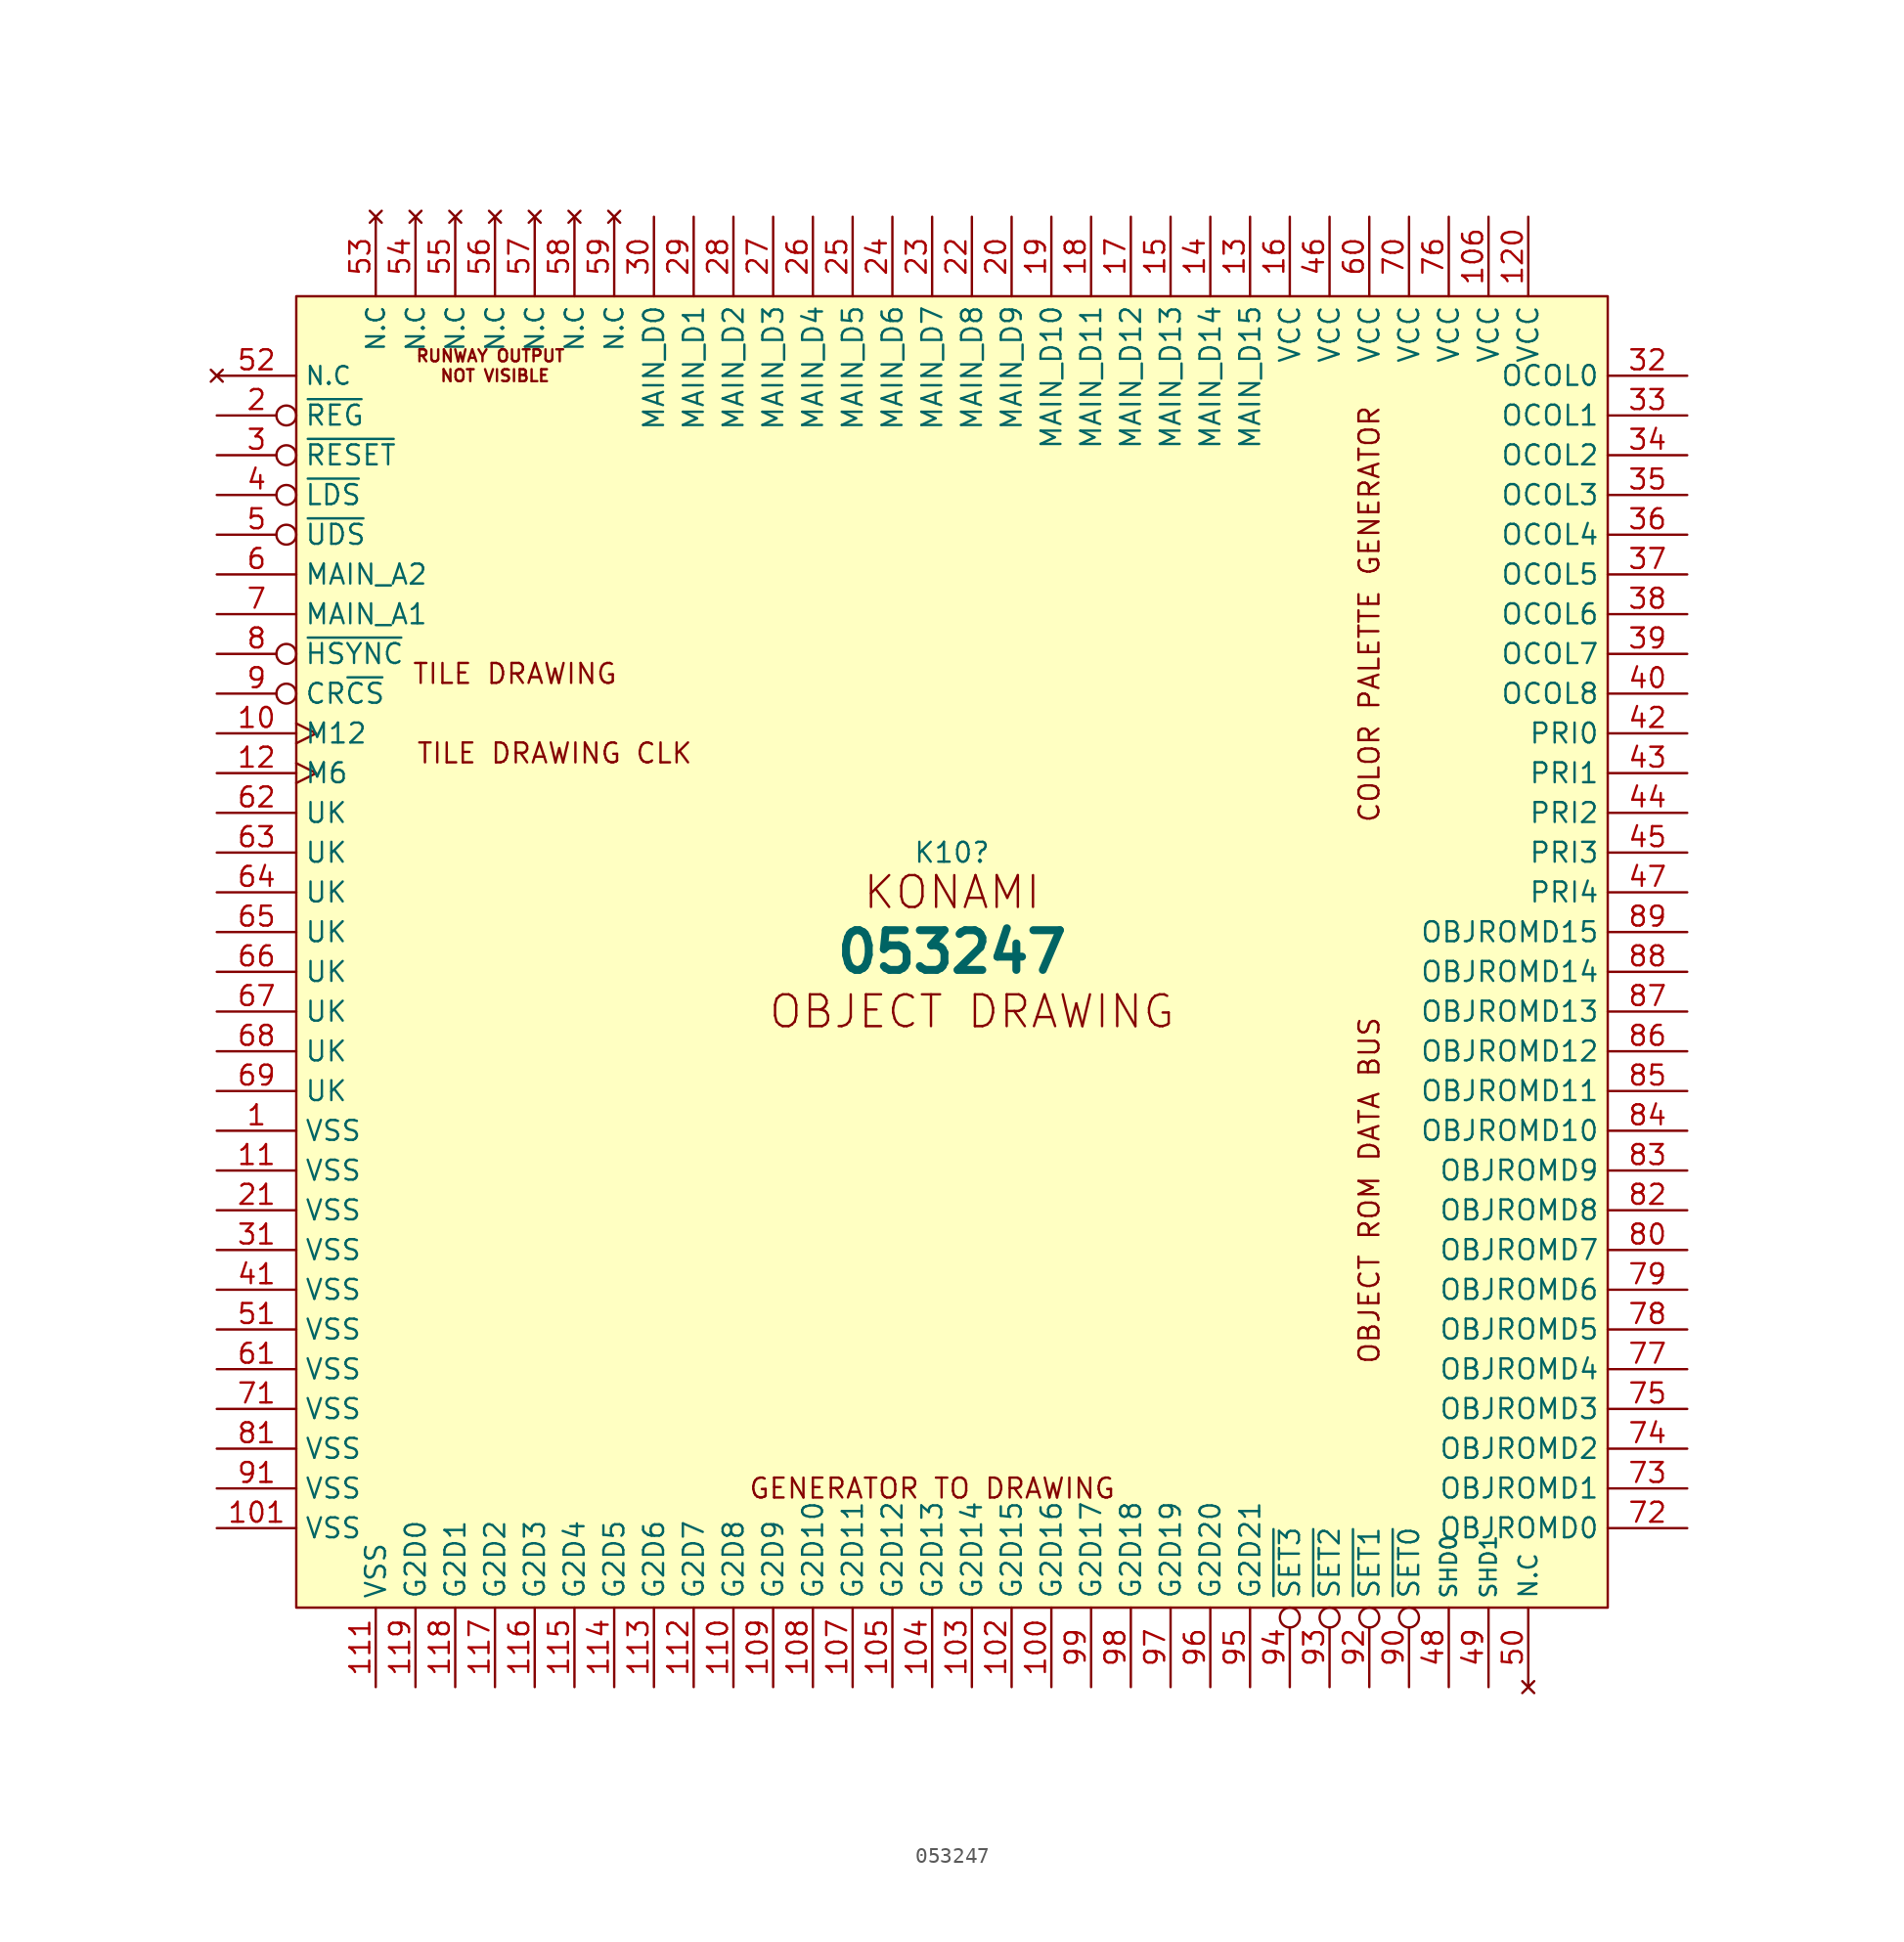
<source format=kicad_sym>
(kicad_symbol_lib
  (version 20231120)
  (generator "kicad_symbol_editor")
  (generator_version "8.0")
  (symbol "053247"
    (property "Reference" "K10"
      (at 0 6.35 0)
      (effects (font (size 1.27 1.27))))
    (property "Value" "053247"
      (at 0 0 0)
      (effects (font (size 2.54 2.54) (bold yes))))
    (symbol "053247_0_0"
      (rectangle (start -41.91 41.91) (end 41.91 -41.91) (stroke (width 0.152) (type default)) (fill (type background)))
      (text "COLOR PALETTE GENERATOR" (at 26.67 21.59 900) (effects (font (size 1.27 1.27))))
      (text "GENERATOR TO DRAWING" (at -1.27 -34.29 0) (effects (font (size 1.27 1.27))))
      (text "KONAMI" (at 0 3.81 0) (effects (font (size 2.032 2.032))))
      (text "NOT VISIBLE" (at -29.21 36.83 0) (effects (font (size 0.762 0.762))))
      (text "OBJECT DRAWING" (at 1.27 -3.81 0) (effects (font (size 2.032 2.032))))
      (text "OBJECT ROM DATA BUS" (at 26.67 -15.24 900) (effects (font (size 1.27 1.27))))
      (text "RUNWAY OUTPUT " (at -29.21 38.1 0) (effects (font (size 0.762 0.762))))
      (text "TILE DRAWING" (at -27.94 17.78 0) (effects (font (size 1.27 1.27))))
      (text "TILE DRAWING CLK" (at -25.4 12.7 0) (effects (font (size 1.27 1.27)))))
    (symbol "053247_1_1"
      (pin power_in line (at -46.99 -11.43 0) (length 5.08) (name "VSS" (effects (font (size 1.27 1.27)))) (number "1" (effects (font (size 1.27 1.27)))))
      (pin input clock (at -46.99 13.97 0) (length 5.08) (name "M12" (effects (font (size 1.27 1.27)))) (number "10" (effects (font (size 1.27 1.27)))))
      (pin output line (at 6.35 -46.99 90) (length 5.08) (name "G2D16" (effects (font (size 1.27 1.27)))) (number "100" (effects (font (size 1.27 1.27)))))
      (pin power_in line (at -46.99 -36.83 0) (length 5.08) (name "VSS" (effects (font (size 1.27 1.27)))) (number "101" (effects (font (size 1.27 1.27)))))
      (pin output line (at 3.81 -46.99 90) (length 5.08) (name "G2D15" (effects (font (size 1.27 1.27)))) (number "102" (effects (font (size 1.27 1.27)))))
      (pin output line (at 1.27 -46.99 90) (length 5.08) (name "G2D14" (effects (font (size 1.27 1.27)))) (number "103" (effects (font (size 1.27 1.27)))))
      (pin output line (at -1.27 -46.99 90) (length 5.08) (name "G2D13" (effects (font (size 1.27 1.27)))) (number "104" (effects (font (size 1.27 1.27)))))
      (pin output line (at -3.81 -46.99 90) (length 5.08) (name "G2D12" (effects (font (size 1.27 1.27)))) (number "105" (effects (font (size 1.27 1.27)))))
      (pin power_in line (at 34.29 46.99 270) (length 5.08) (name "VCC" (effects (font (size 1.27 1.27)))) (number "106" (effects (font (size 1.27 1.27)))))
      (pin output line (at -6.35 -46.99 90) (length 5.08) (name "G2D11" (effects (font (size 1.27 1.27)))) (number "107" (effects (font (size 1.27 1.27)))))
      (pin output line (at -8.89 -46.99 90) (length 5.08) (name "G2D10" (effects (font (size 1.27 1.27)))) (number "108" (effects (font (size 1.27 1.27)))))
      (pin output line (at -11.43 -46.99 90) (length 5.08) (name "G2D9" (effects (font (size 1.27 1.27)))) (number "109" (effects (font (size 1.27 1.27)))))
      (pin power_in line (at -46.99 -13.97 0) (length 5.08) (name "VSS" (effects (font (size 1.27 1.27)))) (number "11" (effects (font (size 1.27 1.27)))))
      (pin output line (at -13.97 -46.99 90) (length 5.08) (name "G2D8" (effects (font (size 1.27 1.27)))) (number "110" (effects (font (size 1.27 1.27)))))
      (pin power_in line (at -36.83 -46.99 90) (length 5.08) (name "VSS" (effects (font (size 1.27 1.27)))) (number "111" (effects (font (size 1.27 1.27)))))
      (pin output line (at -16.51 -46.99 90) (length 5.08) (name "G2D7" (effects (font (size 1.27 1.27)))) (number "112" (effects (font (size 1.27 1.27)))))
      (pin output line (at -19.05 -46.99 90) (length 5.08) (name "G2D6" (effects (font (size 1.27 1.27)))) (number "113" (effects (font (size 1.27 1.27)))))
      (pin output line (at -21.59 -46.99 90) (length 5.08) (name "G2D5" (effects (font (size 1.27 1.27)))) (number "114" (effects (font (size 1.27 1.27)))))
      (pin output line (at -24.13 -46.99 90) (length 5.08) (name "G2D4" (effects (font (size 1.27 1.27)))) (number "115" (effects (font (size 1.27 1.27)))))
      (pin output line (at -26.67 -46.99 90) (length 5.08) (name "G2D3" (effects (font (size 1.27 1.27)))) (number "116" (effects (font (size 1.27 1.27)))))
      (pin output line (at -29.21 -46.99 90) (length 5.08) (name "G2D2" (effects (font (size 1.27 1.27)))) (number "117" (effects (font (size 1.27 1.27)))))
      (pin output line (at -31.75 -46.99 90) (length 5.08) (name "G2D1" (effects (font (size 1.27 1.27)))) (number "118" (effects (font (size 1.27 1.27)))))
      (pin output line (at -34.29 -46.99 90) (length 5.08) (name "G2D0" (effects (font (size 1.27 1.27)))) (number "119" (effects (font (size 1.27 1.27)))))
      (pin input clock (at -46.99 11.43 0) (length 5.08) (name "M6" (effects (font (size 1.27 1.27)))) (number "12" (effects (font (size 1.27 1.27)))))
      (pin power_in line (at 36.83 46.99 270) (length 5.08) (name "VCC" (effects (font (size 1.27 1.27)))) (number "120" (effects (font (size 1.27 1.27)))))
      (pin bidirectional line (at 19.05 46.99 270) (length 5.08) (name "MAIN_D15" (effects (font (size 1.27 1.27)))) (number "13" (effects (font (size 1.27 1.27)))))
      (pin bidirectional line (at 16.51 46.99 270) (length 5.08) (name "MAIN_D14" (effects (font (size 1.27 1.27)))) (number "14" (effects (font (size 1.27 1.27)))))
      (pin bidirectional line (at 13.97 46.99 270) (length 5.08) (name "MAIN_D13" (effects (font (size 1.27 1.27)))) (number "15" (effects (font (size 1.27 1.27)))))
      (pin power_in line (at 21.59 46.99 270) (length 5.08) (name "VCC" (effects (font (size 1.27 1.27)))) (number "16" (effects (font (size 1.27 1.27)))))
      (pin bidirectional line (at 11.43 46.99 270) (length 5.08) (name "MAIN_D12" (effects (font (size 1.27 1.27)))) (number "17" (effects (font (size 1.27 1.27)))))
      (pin bidirectional line (at 8.89 46.99 270) (length 5.08) (name "MAIN_D11" (effects (font (size 1.27 1.27)))) (number "18" (effects (font (size 1.27 1.27)))))
      (pin bidirectional line (at 6.35 46.99 270) (length 5.08) (name "MAIN_D10" (effects (font (size 1.27 1.27)))) (number "19" (effects (font (size 1.27 1.27)))))
      (pin input inverted (at -46.99 34.29 0) (length 5.08) (name "~{REG}" (effects (font (size 1.27 1.27)))) (number "2" (effects (font (size 1.27 1.27)))))
      (pin bidirectional line (at 3.81 46.99 270) (length 5.08) (name "MAIN_D9" (effects (font (size 1.27 1.27)))) (number "20" (effects (font (size 1.27 1.27)))))
      (pin power_in line (at -46.99 -16.51 0) (length 5.08) (name "VSS" (effects (font (size 1.27 1.27)))) (number "21" (effects (font (size 1.27 1.27)))))
      (pin bidirectional line (at 1.27 46.99 270) (length 5.08) (name "MAIN_D8" (effects (font (size 1.27 1.27)))) (number "22" (effects (font (size 1.27 1.27)))))
      (pin bidirectional line (at -1.27 46.99 270) (length 5.08) (name "MAIN_D7" (effects (font (size 1.27 1.27)))) (number "23" (effects (font (size 1.27 1.27)))))
      (pin bidirectional line (at -3.81 46.99 270) (length 5.08) (name "MAIN_D6" (effects (font (size 1.27 1.27)))) (number "24" (effects (font (size 1.27 1.27)))))
      (pin bidirectional line (at -6.35 46.99 270) (length 5.08) (name "MAIN_D5" (effects (font (size 1.27 1.27)))) (number "25" (effects (font (size 1.27 1.27)))))
      (pin bidirectional line (at -8.89 46.99 270) (length 5.08) (name "MAIN_D4" (effects (font (size 1.27 1.27)))) (number "26" (effects (font (size 1.27 1.27)))))
      (pin bidirectional line (at -11.43 46.99 270) (length 5.08) (name "MAIN_D3" (effects (font (size 1.27 1.27)))) (number "27" (effects (font (size 1.27 1.27)))))
      (pin bidirectional line (at -13.97 46.99 270) (length 5.08) (name "MAIN_D2" (effects (font (size 1.27 1.27)))) (number "28" (effects (font (size 1.27 1.27)))))
      (pin bidirectional line (at -16.51 46.99 270) (length 5.08) (name "MAIN_D1" (effects (font (size 1.27 1.27)))) (number "29" (effects (font (size 1.27 1.27)))))
      (pin input inverted (at -46.99 31.75 0) (length 5.08) (name "~{RESET}" (effects (font (size 1.27 1.27)))) (number "3" (effects (font (size 1.27 1.27)))))
      (pin bidirectional line (at -19.05 46.99 270) (length 5.08) (name "MAIN_D0" (effects (font (size 1.27 1.27)))) (number "30" (effects (font (size 1.27 1.27)))))
      (pin power_in line (at -46.99 -19.05 0) (length 5.08) (name "VSS" (effects (font (size 1.27 1.27)))) (number "31" (effects (font (size 1.27 1.27)))))
      (pin output line (at 46.99 36.83 180) (length 5.08) (name "OCOL0" (effects (font (size 1.27 1.27)))) (number "32" (effects (font (size 1.27 1.27)))))
      (pin output line (at 46.99 34.29 180) (length 5.08) (name "OCOL1" (effects (font (size 1.27 1.27)))) (number "33" (effects (font (size 1.27 1.27)))))
      (pin output line (at 46.99 31.75 180) (length 5.08) (name "OCOL2" (effects (font (size 1.27 1.27)))) (number "34" (effects (font (size 1.27 1.27)))))
      (pin output line (at 46.99 29.21 180) (length 5.08) (name "OCOL3" (effects (font (size 1.27 1.27)))) (number "35" (effects (font (size 1.27 1.27)))))
      (pin output line (at 46.99 26.67 180) (length 5.08) (name "OCOL4" (effects (font (size 1.27 1.27)))) (number "36" (effects (font (size 1.27 1.27)))))
      (pin output line (at 46.99 24.13 180) (length 5.08) (name "OCOL5" (effects (font (size 1.27 1.27)))) (number "37" (effects (font (size 1.27 1.27)))))
      (pin output line (at 46.99 21.59 180) (length 5.08) (name "OCOL6" (effects (font (size 1.27 1.27)))) (number "38" (effects (font (size 1.27 1.27)))))
      (pin output line (at 46.99 19.05 180) (length 5.08) (name "OCOL7" (effects (font (size 1.27 1.27)))) (number "39" (effects (font (size 1.27 1.27)))))
      (pin input inverted (at -46.99 29.21 0) (length 5.08) (name "~{LDS}" (effects (font (size 1.27 1.27)))) (number "4" (effects (font (size 1.27 1.27)))))
      (pin output line (at 46.99 16.51 180) (length 5.08) (name "OCOL8" (effects (font (size 1.27 1.27)))) (number "40" (effects (font (size 1.27 1.27)))))
      (pin power_in line (at -46.99 -21.59 0) (length 5.08) (name "VSS" (effects (font (size 1.27 1.27)))) (number "41" (effects (font (size 1.27 1.27)))))
      (pin output line (at 46.99 13.97 180) (length 5.08) (name "PRI0" (effects (font (size 1.27 1.27)))) (number "42" (effects (font (size 1.27 1.27)))))
      (pin output line (at 46.99 11.43 180) (length 5.08) (name "PRI1" (effects (font (size 1.27 1.27)))) (number "43" (effects (font (size 1.27 1.27)))))
      (pin output line (at 46.99 8.89 180) (length 5.08) (name "PRI2" (effects (font (size 1.27 1.27)))) (number "44" (effects (font (size 1.27 1.27)))))
      (pin output line (at 46.99 6.35 180) (length 5.08) (name "PRI3" (effects (font (size 1.27 1.27)))) (number "45" (effects (font (size 1.27 1.27)))))
      (pin power_in line (at 24.13 46.99 270) (length 5.08) (name "VCC" (effects (font (size 1.27 1.27)))) (number "46" (effects (font (size 1.27 1.27)))))
      (pin output line (at 46.99 3.81 180) (length 5.08) (name "PRI4" (effects (font (size 1.27 1.27)))) (number "47" (effects (font (size 1.27 1.27)))))
      (pin output line (at 31.75 -46.99 90) (length 5.08) (name "SHD0" (effects (font (size 1.016 1.016)))) (number "48" (effects (font (size 1.27 1.27)))))
      (pin output line (at 34.29 -46.99 90) (length 5.08) (name "SHD1" (effects (font (size 1.016 1.016)))) (number "49" (effects (font (size 1.27 1.27)))))
      (pin input inverted (at -46.99 26.67 0) (length 5.08) (name "~{UDS}" (effects (font (size 1.27 1.27)))) (number "5" (effects (font (size 1.27 1.27)))))
      (pin no_connect line (at 36.83 -46.99 90) (length 5.08) (name "N.C" (effects (font (size 1.143 1.143)))) (number "50" (effects (font (size 1.27 1.27)))))
      (pin power_in line (at -46.99 -24.13 0) (length 5.08) (name "VSS" (effects (font (size 1.27 1.27)))) (number "51" (effects (font (size 1.27 1.27)))))
      (pin no_connect line (at -46.99 36.83 0) (length 5.08) (name "N.C" (effects (font (size 1.143 1.143)))) (number "52" (effects (font (size 1.27 1.27)))))
      (pin no_connect line (at -36.83 46.99 270) (length 5.08) (name "N.C" (effects (font (size 1.143 1.143)))) (number "53" (effects (font (size 1.27 1.27)))))
      (pin no_connect line (at -34.29 46.99 270) (length 5.08) (name "N.C" (effects (font (size 1.143 1.143)))) (number "54" (effects (font (size 1.27 1.27)))))
      (pin no_connect line (at -31.75 46.99 270) (length 5.08) (name "N.C" (effects (font (size 1.143 1.143)))) (number "55" (effects (font (size 1.27 1.27)))))
      (pin no_connect line (at -29.21 46.99 270) (length 5.08) (name "N.C" (effects (font (size 1.143 1.143)))) (number "56" (effects (font (size 1.27 1.27)))))
      (pin no_connect line (at -26.67 46.99 270) (length 5.08) (name "N.C" (effects (font (size 1.143 1.143)))) (number "57" (effects (font (size 1.27 1.27)))))
      (pin no_connect line (at -24.13 46.99 270) (length 5.08) (name "N.C" (effects (font (size 1.143 1.143)))) (number "58" (effects (font (size 1.27 1.27)))))
      (pin no_connect line (at -21.59 46.99 270) (length 5.08) (name "N.C" (effects (font (size 1.143 1.143)))) (number "59" (effects (font (size 1.27 1.27)))))
      (pin input line (at -46.99 24.13 0) (length 5.08) (name "MAIN_A2" (effects (font (size 1.27 1.27)))) (number "6" (effects (font (size 1.27 1.27)))))
      (pin power_in line (at 26.67 46.99 270) (length 5.08) (name "VCC" (effects (font (size 1.27 1.27)))) (number "60" (effects (font (size 1.27 1.27)))))
      (pin power_in line (at -46.99 -26.67 0) (length 5.08) (name "VSS" (effects (font (size 1.27 1.27)))) (number "61" (effects (font (size 1.27 1.27)))))
      (pin input line (at -46.99 8.89 0) (length 5.08) (name "UK" (effects (font (size 1.27 1.27)))) (number "62" (effects (font (size 1.27 1.27)))))
      (pin input line (at -46.99 6.35 0) (length 5.08) (name "UK" (effects (font (size 1.27 1.27)))) (number "63" (effects (font (size 1.27 1.27)))))
      (pin input line (at -46.99 3.81 0) (length 5.08) (name "UK" (effects (font (size 1.27 1.27)))) (number "64" (effects (font (size 1.27 1.27)))))
      (pin input line (at -46.99 1.27 0) (length 5.08) (name "UK" (effects (font (size 1.27 1.27)))) (number "65" (effects (font (size 1.27 1.27)))))
      (pin input line (at -46.99 -1.27 0) (length 5.08) (name "UK" (effects (font (size 1.27 1.27)))) (number "66" (effects (font (size 1.27 1.27)))))
      (pin input line (at -46.99 -3.81 0) (length 5.08) (name "UK" (effects (font (size 1.27 1.27)))) (number "67" (effects (font (size 1.27 1.27)))))
      (pin input line (at -46.99 -6.35 0) (length 5.08) (name "UK" (effects (font (size 1.27 1.27)))) (number "68" (effects (font (size 1.27 1.27)))))
      (pin input line (at -46.99 -8.89 0) (length 5.08) (name "UK" (effects (font (size 1.27 1.27)))) (number "69" (effects (font (size 1.27 1.27)))))
      (pin input line (at -46.99 21.59 0) (length 5.08) (name "MAIN_A1" (effects (font (size 1.27 1.27)))) (number "7" (effects (font (size 1.27 1.27)))))
      (pin input line (at 29.21 46.99 270) (length 5.08) (name "VCC" (effects (font (size 1.27 1.27)))) (number "70" (effects (font (size 1.27 1.27)))))
      (pin power_in line (at -46.99 -29.21 0) (length 5.08) (name "VSS" (effects (font (size 1.27 1.27)))) (number "71" (effects (font (size 1.27 1.27)))))
      (pin bidirectional line (at 46.99 -36.83 180) (length 5.08) (name "OBJROMD0" (effects (font (size 1.27 1.27)))) (number "72" (effects (font (size 1.27 1.27)))))
      (pin bidirectional line (at 46.99 -34.29 180) (length 5.08) (name "OBJROMD1" (effects (font (size 1.27 1.27)))) (number "73" (effects (font (size 1.27 1.27)))))
      (pin bidirectional line (at 46.99 -31.75 180) (length 5.08) (name "OBJROMD2" (effects (font (size 1.27 1.27)))) (number "74" (effects (font (size 1.27 1.27)))))
      (pin bidirectional line (at 46.99 -29.21 180) (length 5.08) (name "OBJROMD3" (effects (font (size 1.27 1.27)))) (number "75" (effects (font (size 1.27 1.27)))))
      (pin power_in line (at 31.75 46.99 270) (length 5.08) (name "VCC" (effects (font (size 1.27 1.27)))) (number "76" (effects (font (size 1.27 1.27)))))
      (pin bidirectional line (at 46.99 -26.67 180) (length 5.08) (name "OBJROMD4" (effects (font (size 1.27 1.27)))) (number "77" (effects (font (size 1.27 1.27)))))
      (pin bidirectional line (at 46.99 -24.13 180) (length 5.08) (name "OBJROMD5" (effects (font (size 1.27 1.27)))) (number "78" (effects (font (size 1.27 1.27)))))
      (pin bidirectional line (at 46.99 -21.59 180) (length 5.08) (name "OBJROMD6" (effects (font (size 1.27 1.27)))) (number "79" (effects (font (size 1.27 1.27)))))
      (pin input inverted (at -46.99 19.05 0) (length 5.08) (name "~{HSYNC}" (effects (font (size 1.27 1.27)))) (number "8" (effects (font (size 1.27 1.27)))))
      (pin bidirectional line (at 46.99 -19.05 180) (length 5.08) (name "OBJROMD7" (effects (font (size 1.27 1.27)))) (number "80" (effects (font (size 1.27 1.27)))))
      (pin power_in line (at -46.99 -31.75 0) (length 5.08) (name "VSS" (effects (font (size 1.27 1.27)))) (number "81" (effects (font (size 1.27 1.27)))))
      (pin bidirectional line (at 46.99 -16.51 180) (length 5.08) (name "OBJROMD8" (effects (font (size 1.27 1.27)))) (number "82" (effects (font (size 1.27 1.27)))))
      (pin bidirectional line (at 46.99 -13.97 180) (length 5.08) (name "OBJROMD9" (effects (font (size 1.27 1.27)))) (number "83" (effects (font (size 1.27 1.27)))))
      (pin bidirectional line (at 46.99 -11.43 180) (length 5.08) (name "OBJROMD10" (effects (font (size 1.27 1.27)))) (number "84" (effects (font (size 1.27 1.27)))))
      (pin bidirectional line (at 46.99 -8.89 180) (length 5.08) (name "OBJROMD11" (effects (font (size 1.27 1.27)))) (number "85" (effects (font (size 1.27 1.27)))))
      (pin bidirectional line (at 46.99 -6.35 180) (length 5.08) (name "OBJROMD12" (effects (font (size 1.27 1.27)))) (number "86" (effects (font (size 1.27 1.27)))))
      (pin bidirectional line (at 46.99 -3.81 180) (length 5.08) (name "OBJROMD13" (effects (font (size 1.27 1.27)))) (number "87" (effects (font (size 1.27 1.27)))))
      (pin bidirectional line (at 46.99 -1.27 180) (length 5.08) (name "OBJROMD14" (effects (font (size 1.27 1.27)))) (number "88" (effects (font (size 1.27 1.27)))))
      (pin bidirectional line (at 46.99 1.27 180) (length 5.08) (name "OBJROMD15" (effects (font (size 1.27 1.27)))) (number "89" (effects (font (size 1.27 1.27)))))
      (pin input inverted (at -46.99 16.51 0) (length 5.08) (name "CR~{CS}" (effects (font (size 1.27 1.27)))) (number "9" (effects (font (size 1.27 1.27)))))
      (pin input inverted (at 29.21 -46.99 90) (length 5.08) (name "~{SET0}" (effects (font (size 1.27 1.27)))) (number "90" (effects (font (size 1.27 1.27)))))
      (pin power_in line (at -46.99 -34.29 0) (length 5.08) (name "VSS" (effects (font (size 1.27 1.27)))) (number "91" (effects (font (size 1.27 1.27)))))
      (pin input inverted (at 26.67 -46.99 90) (length 5.08) (name "~{SET1}" (effects (font (size 1.27 1.27)))) (number "92" (effects (font (size 1.27 1.27)))))
      (pin input inverted (at 24.13 -46.99 90) (length 5.08) (name "~{SET2}" (effects (font (size 1.27 1.27)))) (number "93" (effects (font (size 1.27 1.27)))))
      (pin input inverted (at 21.59 -46.99 90) (length 5.08) (name "~{SET3}" (effects (font (size 1.27 1.27)))) (number "94" (effects (font (size 1.27 1.27)))))
      (pin output line (at 19.05 -46.99 90) (length 5.08) (name "G2D21" (effects (font (size 1.27 1.27)))) (number "95" (effects (font (size 1.27 1.27)))))
      (pin output line (at 16.51 -46.99 90) (length 5.08) (name "G2D20" (effects (font (size 1.27 1.27)))) (number "96" (effects (font (size 1.27 1.27)))))
      (pin output line (at 13.97 -46.99 90) (length 5.08) (name "G2D19" (effects (font (size 1.27 1.27)))) (number "97" (effects (font (size 1.27 1.27)))))
      (pin output line (at 11.43 -46.99 90) (length 5.08) (name "G2D18" (effects (font (size 1.27 1.27)))) (number "98" (effects (font (size 1.27 1.27)))))
      (pin output line (at 8.89 -46.99 90) (length 5.08) (name "G2D17" (effects (font (size 1.27 1.27)))) (number "99" (effects (font (size 1.27 1.27))))))))
</source>
